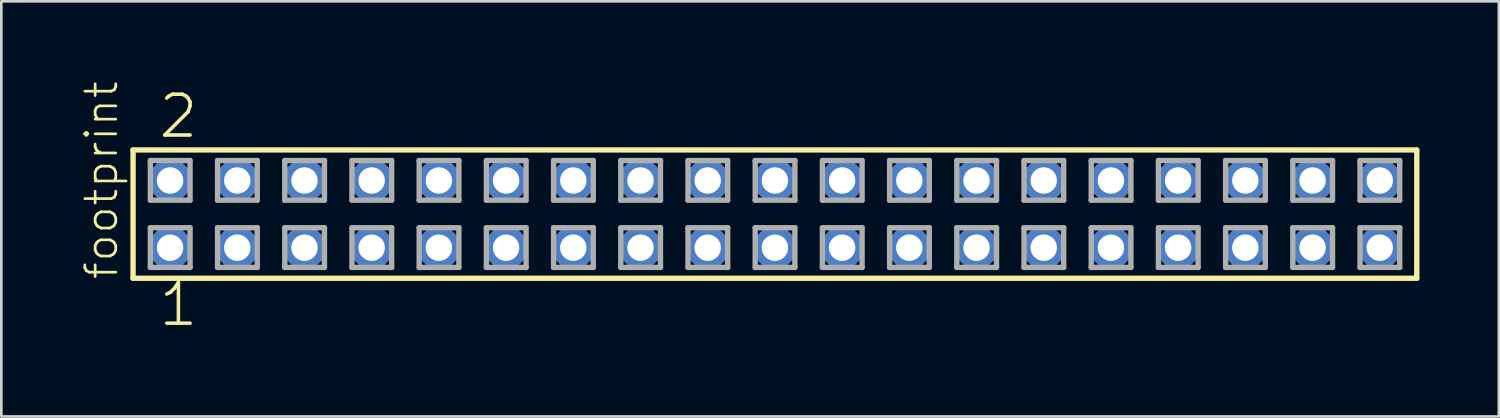
<source format=kicad_pcb>
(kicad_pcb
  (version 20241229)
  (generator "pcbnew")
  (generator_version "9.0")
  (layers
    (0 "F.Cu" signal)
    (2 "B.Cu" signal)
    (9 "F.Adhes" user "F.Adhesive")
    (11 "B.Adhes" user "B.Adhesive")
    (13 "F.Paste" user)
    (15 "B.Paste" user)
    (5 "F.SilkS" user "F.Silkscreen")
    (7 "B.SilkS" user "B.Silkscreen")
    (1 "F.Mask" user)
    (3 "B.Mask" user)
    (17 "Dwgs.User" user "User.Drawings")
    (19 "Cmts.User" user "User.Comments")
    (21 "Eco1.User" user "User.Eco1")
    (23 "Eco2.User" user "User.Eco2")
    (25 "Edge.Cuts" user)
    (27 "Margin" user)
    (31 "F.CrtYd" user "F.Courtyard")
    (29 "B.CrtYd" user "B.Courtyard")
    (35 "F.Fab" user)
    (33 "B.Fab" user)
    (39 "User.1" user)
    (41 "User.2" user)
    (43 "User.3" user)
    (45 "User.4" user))
  (footprint "footprint"
    (layer "F.Cu")
    (at 26.238 5.042)
    (property "Reference" "footprint" (at -24.765 2.54 90) (layer "F.SilkS") (effects (font (size 1.168 1.168) (thickness 0.102)) (justify left bottom)))
    (fp_line (start -24.259 -2.425) (end 24.259 -2.425) (stroke (width 0.203) (type solid)) (layer "F.SilkS"))
    (fp_line (start -24.259 2.425) (end -24.259 -2.425) (stroke (width 0.203) (type solid)) (layer "F.SilkS"))
    (fp_line (start 24.259 -2.425) (end 24.259 2.425) (stroke (width 0.203) (type solid)) (layer "F.SilkS"))
    (fp_line (start 24.259 2.425) (end -24.259 2.425) (stroke (width 0.203) (type solid)) (layer "F.SilkS"))
    (fp_line (start -23.605 -2.025) (end -22.105 -2.025) (stroke (width 0.203) (type solid)) (layer "F.Fab"))
    (fp_line (start -23.605 -0.525) (end -23.605 -2.025) (stroke (width 0.203) (type solid)) (layer "F.Fab"))
    (fp_line (start -23.605 0.515) (end -22.105 0.515) (stroke (width 0.203) (type solid)) (layer "F.Fab"))
    (fp_line (start -23.605 2.015) (end -23.605 0.515) (stroke (width 0.203) (type solid)) (layer "F.Fab"))
    (fp_line (start -22.105 -2.025) (end -22.105 -0.525) (stroke (width 0.203) (type solid)) (layer "F.Fab"))
    (fp_line (start -22.105 -0.525) (end -23.605 -0.525) (stroke (width 0.203) (type solid)) (layer "F.Fab"))
    (fp_line (start -22.105 0.515) (end -22.105 2.015) (stroke (width 0.203) (type solid)) (layer "F.Fab"))
    (fp_line (start -22.105 2.015) (end -23.605 2.015) (stroke (width 0.203) (type solid)) (layer "F.Fab"))
    (fp_line (start -21.065 -2.025) (end -19.565 -2.025) (stroke (width 0.203) (type solid)) (layer "F.Fab"))
    (fp_line (start -21.065 -0.525) (end -21.065 -2.025) (stroke (width 0.203) (type solid)) (layer "F.Fab"))
    (fp_line (start -21.065 0.515) (end -19.565 0.515) (stroke (width 0.203) (type solid)) (layer "F.Fab"))
    (fp_line (start -21.065 2.015) (end -21.065 0.515) (stroke (width 0.203) (type solid)) (layer "F.Fab"))
    (fp_line (start -19.565 -2.025) (end -19.565 -0.525) (stroke (width 0.203) (type solid)) (layer "F.Fab"))
    (fp_line (start -19.565 -0.525) (end -21.065 -0.525) (stroke (width 0.203) (type solid)) (layer "F.Fab"))
    (fp_line (start -19.565 0.515) (end -19.565 2.015) (stroke (width 0.203) (type solid)) (layer "F.Fab"))
    (fp_line (start -19.565 2.015) (end -21.065 2.015) (stroke (width 0.203) (type solid)) (layer "F.Fab"))
    (fp_line (start -18.525 -2.025) (end -17.025 -2.025) (stroke (width 0.203) (type solid)) (layer "F.Fab"))
    (fp_line (start -18.525 -0.525) (end -18.525 -2.025) (stroke (width 0.203) (type solid)) (layer "F.Fab"))
    (fp_line (start -18.525 0.515) (end -17.025 0.515) (stroke (width 0.203) (type solid)) (layer "F.Fab"))
    (fp_line (start -18.525 2.015) (end -18.525 0.515) (stroke (width 0.203) (type solid)) (layer "F.Fab"))
    (fp_line (start -17.025 -2.025) (end -17.025 -0.525) (stroke (width 0.203) (type solid)) (layer "F.Fab"))
    (fp_line (start -17.025 -0.525) (end -18.525 -0.525) (stroke (width 0.203) (type solid)) (layer "F.Fab"))
    (fp_line (start -17.025 0.515) (end -17.025 2.015) (stroke (width 0.203) (type solid)) (layer "F.Fab"))
    (fp_line (start -17.025 2.015) (end -18.525 2.015) (stroke (width 0.203) (type solid)) (layer "F.Fab"))
    (fp_line (start -15.985 -2.025) (end -14.485 -2.025) (stroke (width 0.203) (type solid)) (layer "F.Fab"))
    (fp_line (start -15.985 -0.525) (end -15.985 -2.025) (stroke (width 0.203) (type solid)) (layer "F.Fab"))
    (fp_line (start -15.985 0.515) (end -14.485 0.515) (stroke (width 0.203) (type solid)) (layer "F.Fab"))
    (fp_line (start -15.985 2.015) (end -15.985 0.515) (stroke (width 0.203) (type solid)) (layer "F.Fab"))
    (fp_line (start -14.485 -2.025) (end -14.485 -0.525) (stroke (width 0.203) (type solid)) (layer "F.Fab"))
    (fp_line (start -14.485 -0.525) (end -15.985 -0.525) (stroke (width 0.203) (type solid)) (layer "F.Fab"))
    (fp_line (start -14.485 0.515) (end -14.485 2.015) (stroke (width 0.203) (type solid)) (layer "F.Fab"))
    (fp_line (start -14.485 2.015) (end -15.985 2.015) (stroke (width 0.203) (type solid)) (layer "F.Fab"))
    (fp_line (start -13.445 -2.025) (end -11.945 -2.025) (stroke (width 0.203) (type solid)) (layer "F.Fab"))
    (fp_line (start -13.445 -0.525) (end -13.445 -2.025) (stroke (width 0.203) (type solid)) (layer "F.Fab"))
    (fp_line (start -13.445 0.515) (end -11.945 0.515) (stroke (width 0.203) (type solid)) (layer "F.Fab"))
    (fp_line (start -13.445 2.015) (end -13.445 0.515) (stroke (width 0.203) (type solid)) (layer "F.Fab"))
    (fp_line (start -11.945 -2.025) (end -11.945 -0.525) (stroke (width 0.203) (type solid)) (layer "F.Fab"))
    (fp_line (start -11.945 -0.525) (end -13.445 -0.525) (stroke (width 0.203) (type solid)) (layer "F.Fab"))
    (fp_line (start -11.945 0.515) (end -11.945 2.015) (stroke (width 0.203) (type solid)) (layer "F.Fab"))
    (fp_line (start -11.945 2.015) (end -13.445 2.015) (stroke (width 0.203) (type solid)) (layer "F.Fab"))
    (fp_line (start -10.905 -2.025) (end -9.405 -2.025) (stroke (width 0.203) (type solid)) (layer "F.Fab"))
    (fp_line (start -10.905 -0.525) (end -10.905 -2.025) (stroke (width 0.203) (type solid)) (layer "F.Fab"))
    (fp_line (start -10.905 0.515) (end -9.405 0.515) (stroke (width 0.203) (type solid)) (layer "F.Fab"))
    (fp_line (start -10.905 2.015) (end -10.905 0.515) (stroke (width 0.203) (type solid)) (layer "F.Fab"))
    (fp_line (start -9.405 -2.025) (end -9.405 -0.525) (stroke (width 0.203) (type solid)) (layer "F.Fab"))
    (fp_line (start -9.405 -0.525) (end -10.905 -0.525) (stroke (width 0.203) (type solid)) (layer "F.Fab"))
    (fp_line (start -9.405 0.515) (end -9.405 2.015) (stroke (width 0.203) (type solid)) (layer "F.Fab"))
    (fp_line (start -9.405 2.015) (end -10.905 2.015) (stroke (width 0.203) (type solid)) (layer "F.Fab"))
    (fp_line (start -8.365 -2.025) (end -6.865 -2.025) (stroke (width 0.203) (type solid)) (layer "F.Fab"))
    (fp_line (start -8.365 -0.525) (end -8.365 -2.025) (stroke (width 0.203) (type solid)) (layer "F.Fab"))
    (fp_line (start -8.365 0.515) (end -6.865 0.515) (stroke (width 0.203) (type solid)) (layer "F.Fab"))
    (fp_line (start -8.365 2.015) (end -8.365 0.515) (stroke (width 0.203) (type solid)) (layer "F.Fab"))
    (fp_line (start -6.865 -2.025) (end -6.865 -0.525) (stroke (width 0.203) (type solid)) (layer "F.Fab"))
    (fp_line (start -6.865 -0.525) (end -8.365 -0.525) (stroke (width 0.203) (type solid)) (layer "F.Fab"))
    (fp_line (start -6.865 0.515) (end -6.865 2.015) (stroke (width 0.203) (type solid)) (layer "F.Fab"))
    (fp_line (start -6.865 2.015) (end -8.365 2.015) (stroke (width 0.203) (type solid)) (layer "F.Fab"))
    (fp_line (start -5.825 -2.025) (end -4.325 -2.025) (stroke (width 0.203) (type solid)) (layer "F.Fab"))
    (fp_line (start -5.825 -0.525) (end -5.825 -2.025) (stroke (width 0.203) (type solid)) (layer "F.Fab"))
    (fp_line (start -5.825 0.515) (end -4.325 0.515) (stroke (width 0.203) (type solid)) (layer "F.Fab"))
    (fp_line (start -5.825 2.015) (end -5.825 0.515) (stroke (width 0.203) (type solid)) (layer "F.Fab"))
    (fp_line (start -4.325 -2.025) (end -4.325 -0.525) (stroke (width 0.203) (type solid)) (layer "F.Fab"))
    (fp_line (start -4.325 -0.525) (end -5.825 -0.525) (stroke (width 0.203) (type solid)) (layer "F.Fab"))
    (fp_line (start -4.325 0.515) (end -4.325 2.015) (stroke (width 0.203) (type solid)) (layer "F.Fab"))
    (fp_line (start -4.325 2.015) (end -5.825 2.015) (stroke (width 0.203) (type solid)) (layer "F.Fab"))
    (fp_line (start -3.285 -2.025) (end -1.785 -2.025) (stroke (width 0.203) (type solid)) (layer "F.Fab"))
    (fp_line (start -3.285 -0.525) (end -3.285 -2.025) (stroke (width 0.203) (type solid)) (layer "F.Fab"))
    (fp_line (start -3.285 0.515) (end -1.785 0.515) (stroke (width 0.203) (type solid)) (layer "F.Fab"))
    (fp_line (start -3.285 2.015) (end -3.285 0.515) (stroke (width 0.203) (type solid)) (layer "F.Fab"))
    (fp_line (start -1.785 -2.025) (end -1.785 -0.525) (stroke (width 0.203) (type solid)) (layer "F.Fab"))
    (fp_line (start -1.785 -0.525) (end -3.285 -0.525) (stroke (width 0.203) (type solid)) (layer "F.Fab"))
    (fp_line (start -1.785 0.515) (end -1.785 2.015) (stroke (width 0.203) (type solid)) (layer "F.Fab"))
    (fp_line (start -1.785 2.015) (end -3.285 2.015) (stroke (width 0.203) (type solid)) (layer "F.Fab"))
    (fp_line (start -0.745 -2.025) (end 0.755 -2.025) (stroke (width 0.203) (type solid)) (layer "F.Fab"))
    (fp_line (start -0.745 -0.525) (end -0.745 -2.025) (stroke (width 0.203) (type solid)) (layer "F.Fab"))
    (fp_line (start -0.745 0.515) (end 0.755 0.515) (stroke (width 0.203) (type solid)) (layer "F.Fab"))
    (fp_line (start -0.745 2.015) (end -0.745 0.515) (stroke (width 0.203) (type solid)) (layer "F.Fab"))
    (fp_line (start 0.755 -2.025) (end 0.755 -0.525) (stroke (width 0.203) (type solid)) (layer "F.Fab"))
    (fp_line (start 0.755 -0.525) (end -0.745 -0.525) (stroke (width 0.203) (type solid)) (layer "F.Fab"))
    (fp_line (start 0.755 0.515) (end 0.755 2.015) (stroke (width 0.203) (type solid)) (layer "F.Fab"))
    (fp_line (start 0.755 2.015) (end -0.745 2.015) (stroke (width 0.203) (type solid)) (layer "F.Fab"))
    (fp_line (start 1.795 -2.025) (end 3.295 -2.025) (stroke (width 0.203) (type solid)) (layer "F.Fab"))
    (fp_line (start 1.795 -0.525) (end 1.795 -2.025) (stroke (width 0.203) (type solid)) (layer "F.Fab"))
    (fp_line (start 1.795 0.515) (end 3.295 0.515) (stroke (width 0.203) (type solid)) (layer "F.Fab"))
    (fp_line (start 1.795 2.015) (end 1.795 0.515) (stroke (width 0.203) (type solid)) (layer "F.Fab"))
    (fp_line (start 3.295 -2.025) (end 3.295 -0.525) (stroke (width 0.203) (type solid)) (layer "F.Fab"))
    (fp_line (start 3.295 -0.525) (end 1.795 -0.525) (stroke (width 0.203) (type solid)) (layer "F.Fab"))
    (fp_line (start 3.295 0.515) (end 3.295 2.015) (stroke (width 0.203) (type solid)) (layer "F.Fab"))
    (fp_line (start 3.295 2.015) (end 1.795 2.015) (stroke (width 0.203) (type solid)) (layer "F.Fab"))
    (fp_line (start 4.335 -2.025) (end 5.835 -2.025) (stroke (width 0.203) (type solid)) (layer "F.Fab"))
    (fp_line (start 4.335 -0.525) (end 4.335 -2.025) (stroke (width 0.203) (type solid)) (layer "F.Fab"))
    (fp_line (start 4.335 0.515) (end 5.835 0.515) (stroke (width 0.203) (type solid)) (layer "F.Fab"))
    (fp_line (start 4.335 2.015) (end 4.335 0.515) (stroke (width 0.203) (type solid)) (layer "F.Fab"))
    (fp_line (start 5.835 -2.025) (end 5.835 -0.525) (stroke (width 0.203) (type solid)) (layer "F.Fab"))
    (fp_line (start 5.835 -0.525) (end 4.335 -0.525) (stroke (width 0.203) (type solid)) (layer "F.Fab"))
    (fp_line (start 5.835 0.515) (end 5.835 2.015) (stroke (width 0.203) (type solid)) (layer "F.Fab"))
    (fp_line (start 5.835 2.015) (end 4.335 2.015) (stroke (width 0.203) (type solid)) (layer "F.Fab"))
    (fp_line (start 6.875 -2.025) (end 8.375 -2.025) (stroke (width 0.203) (type solid)) (layer "F.Fab"))
    (fp_line (start 6.875 -0.525) (end 6.875 -2.025) (stroke (width 0.203) (type solid)) (layer "F.Fab"))
    (fp_line (start 6.875 0.515) (end 8.375 0.515) (stroke (width 0.203) (type solid)) (layer "F.Fab"))
    (fp_line (start 6.875 2.015) (end 6.875 0.515) (stroke (width 0.203) (type solid)) (layer "F.Fab"))
    (fp_line (start 8.375 -2.025) (end 8.375 -0.525) (stroke (width 0.203) (type solid)) (layer "F.Fab"))
    (fp_line (start 8.375 -0.525) (end 6.875 -0.525) (stroke (width 0.203) (type solid)) (layer "F.Fab"))
    (fp_line (start 8.375 0.515) (end 8.375 2.015) (stroke (width 0.203) (type solid)) (layer "F.Fab"))
    (fp_line (start 8.375 2.015) (end 6.875 2.015) (stroke (width 0.203) (type solid)) (layer "F.Fab"))
    (fp_line (start 9.415 -2.025) (end 10.915 -2.025) (stroke (width 0.203) (type solid)) (layer "F.Fab"))
    (fp_line (start 9.415 -0.525) (end 9.415 -2.025) (stroke (width 0.203) (type solid)) (layer "F.Fab"))
    (fp_line (start 9.415 0.515) (end 10.915 0.515) (stroke (width 0.203) (type solid)) (layer "F.Fab"))
    (fp_line (start 9.415 2.015) (end 9.415 0.515) (stroke (width 0.203) (type solid)) (layer "F.Fab"))
    (fp_line (start 10.915 -2.025) (end 10.915 -0.525) (stroke (width 0.203) (type solid)) (layer "F.Fab"))
    (fp_line (start 10.915 -0.525) (end 9.415 -0.525) (stroke (width 0.203) (type solid)) (layer "F.Fab"))
    (fp_line (start 10.915 0.515) (end 10.915 2.015) (stroke (width 0.203) (type solid)) (layer "F.Fab"))
    (fp_line (start 10.915 2.015) (end 9.415 2.015) (stroke (width 0.203) (type solid)) (layer "F.Fab"))
    (fp_line (start 11.955 -2.025) (end 13.455 -2.025) (stroke (width 0.203) (type solid)) (layer "F.Fab"))
    (fp_line (start 11.955 -0.525) (end 11.955 -2.025) (stroke (width 0.203) (type solid)) (layer "F.Fab"))
    (fp_line (start 11.955 0.515) (end 13.455 0.515) (stroke (width 0.203) (type solid)) (layer "F.Fab"))
    (fp_line (start 11.955 2.015) (end 11.955 0.515) (stroke (width 0.203) (type solid)) (layer "F.Fab"))
    (fp_line (start 13.455 -2.025) (end 13.455 -0.525) (stroke (width 0.203) (type solid)) (layer "F.Fab"))
    (fp_line (start 13.455 -0.525) (end 11.955 -0.525) (stroke (width 0.203) (type solid)) (layer "F.Fab"))
    (fp_line (start 13.455 0.515) (end 13.455 2.015) (stroke (width 0.203) (type solid)) (layer "F.Fab"))
    (fp_line (start 13.455 2.015) (end 11.955 2.015) (stroke (width 0.203) (type solid)) (layer "F.Fab"))
    (fp_line (start 14.495 -2.025) (end 15.995 -2.025) (stroke (width 0.203) (type solid)) (layer "F.Fab"))
    (fp_line (start 14.495 -0.525) (end 14.495 -2.025) (stroke (width 0.203) (type solid)) (layer "F.Fab"))
    (fp_line (start 14.495 0.515) (end 15.995 0.515) (stroke (width 0.203) (type solid)) (layer "F.Fab"))
    (fp_line (start 14.495 2.015) (end 14.495 0.515) (stroke (width 0.203) (type solid)) (layer "F.Fab"))
    (fp_line (start 15.995 -2.025) (end 15.995 -0.525) (stroke (width 0.203) (type solid)) (layer "F.Fab"))
    (fp_line (start 15.995 -0.525) (end 14.495 -0.525) (stroke (width 0.203) (type solid)) (layer "F.Fab"))
    (fp_line (start 15.995 0.515) (end 15.995 2.015) (stroke (width 0.203) (type solid)) (layer "F.Fab"))
    (fp_line (start 15.995 2.015) (end 14.495 2.015) (stroke (width 0.203) (type solid)) (layer "F.Fab"))
    (fp_line (start 17.035 -2.025) (end 18.535 -2.025) (stroke (width 0.203) (type solid)) (layer "F.Fab"))
    (fp_line (start 17.035 -0.525) (end 17.035 -2.025) (stroke (width 0.203) (type solid)) (layer "F.Fab"))
    (fp_line (start 17.035 0.515) (end 18.535 0.515) (stroke (width 0.203) (type solid)) (layer "F.Fab"))
    (fp_line (start 17.035 2.015) (end 17.035 0.515) (stroke (width 0.203) (type solid)) (layer "F.Fab"))
    (fp_line (start 18.535 -2.025) (end 18.535 -0.525) (stroke (width 0.203) (type solid)) (layer "F.Fab"))
    (fp_line (start 18.535 -0.525) (end 17.035 -0.525) (stroke (width 0.203) (type solid)) (layer "F.Fab"))
    (fp_line (start 18.535 0.515) (end 18.535 2.015) (stroke (width 0.203) (type solid)) (layer "F.Fab"))
    (fp_line (start 18.535 2.015) (end 17.035 2.015) (stroke (width 0.203) (type solid)) (layer "F.Fab"))
    (fp_line (start 19.575 -2.025) (end 21.075 -2.025) (stroke (width 0.203) (type solid)) (layer "F.Fab"))
    (fp_line (start 19.575 -0.525) (end 19.575 -2.025) (stroke (width 0.203) (type solid)) (layer "F.Fab"))
    (fp_line (start 19.575 0.515) (end 21.075 0.515) (stroke (width 0.203) (type solid)) (layer "F.Fab"))
    (fp_line (start 19.575 2.015) (end 19.575 0.515) (stroke (width 0.203) (type solid)) (layer "F.Fab"))
    (fp_line (start 21.075 -2.025) (end 21.075 -0.525) (stroke (width 0.203) (type solid)) (layer "F.Fab"))
    (fp_line (start 21.075 -0.525) (end 19.575 -0.525) (stroke (width 0.203) (type solid)) (layer "F.Fab"))
    (fp_line (start 21.075 0.515) (end 21.075 2.015) (stroke (width 0.203) (type solid)) (layer "F.Fab"))
    (fp_line (start 21.075 2.015) (end 19.575 2.015) (stroke (width 0.203) (type solid)) (layer "F.Fab"))
    (fp_line (start 22.115 -2.025) (end 23.615 -2.025) (stroke (width 0.203) (type solid)) (layer "F.Fab"))
    (fp_line (start 22.115 -0.525) (end 22.115 -2.025) (stroke (width 0.203) (type solid)) (layer "F.Fab"))
    (fp_line (start 22.115 0.515) (end 23.615 0.515) (stroke (width 0.203) (type solid)) (layer "F.Fab"))
    (fp_line (start 22.115 2.015) (end 22.115 0.515) (stroke (width 0.203) (type solid)) (layer "F.Fab"))
    (fp_line (start 23.615 -2.025) (end 23.615 -0.525) (stroke (width 0.203) (type solid)) (layer "F.Fab"))
    (fp_line (start 23.615 -0.525) (end 22.115 -0.525) (stroke (width 0.203) (type solid)) (layer "F.Fab"))
    (fp_line (start 23.615 0.515) (end 23.615 2.015) (stroke (width 0.203) (type solid)) (layer "F.Fab"))
    (fp_line (start 23.615 2.015) (end 22.115 2.015) (stroke (width 0.203) (type solid)) (layer "F.Fab"))
    (fp_text user "1" (at -23.368 4.318 0) (layer "F.SilkS") (effects (font (size 1.542 1.542) (thickness 0.134)) (justify left bottom)))
    (fp_text user "2" (at -23.368 -2.794 0) (layer "F.SilkS") (effects (font (size 1.542 1.542) (thickness 0.134)) (justify left bottom)))
    (pad "1" thru_hole roundrect (at -22.86 1.27) (size 1.5 1.5) (drill 1) (layers "*.Cu" "*.Mask") (roundrect_rratio 0.25) (chamfer_ratio 0.25) (chamfer top_left top_right bottom_left bottom_right))
    (pad "2" thru_hole roundrect (at -22.86 -1.27) (size 1.5 1.5) (drill 1) (layers "*.Cu" "*.Mask") (roundrect_rratio 0.25) (chamfer_ratio 0.25) (chamfer top_left top_right bottom_left bottom_right))
    (pad "3" thru_hole roundrect (at -20.32 1.27) (size 1.5 1.5) (drill 1) (layers "*.Cu" "*.Mask") (roundrect_rratio 0.25) (chamfer_ratio 0.25) (chamfer top_left top_right bottom_left bottom_right))
    (pad "4" thru_hole roundrect (at -20.32 -1.27) (size 1.5 1.5) (drill 1) (layers "*.Cu" "*.Mask") (roundrect_rratio 0.25) (chamfer_ratio 0.25) (chamfer top_left top_right bottom_left bottom_right))
    (pad "5" thru_hole roundrect (at -17.78 1.27) (size 1.5 1.5) (drill 1) (layers "*.Cu" "*.Mask") (roundrect_rratio 0.25) (chamfer_ratio 0.25) (chamfer top_left top_right bottom_left bottom_right))
    (pad "6" thru_hole roundrect (at -17.78 -1.27) (size 1.5 1.5) (drill 1) (layers "*.Cu" "*.Mask") (roundrect_rratio 0.25) (chamfer_ratio 0.25) (chamfer top_left top_right bottom_left bottom_right))
    (pad "7" thru_hole roundrect (at -15.24 1.27) (size 1.5 1.5) (drill 1) (layers "*.Cu" "*.Mask") (roundrect_rratio 0.25) (chamfer_ratio 0.25) (chamfer top_left top_right bottom_left bottom_right))
    (pad "8" thru_hole roundrect (at -15.24 -1.27) (size 1.5 1.5) (drill 1) (layers "*.Cu" "*.Mask") (roundrect_rratio 0.25) (chamfer_ratio 0.25) (chamfer top_left top_right bottom_left bottom_right))
    (pad "9" thru_hole roundrect (at -12.7 1.27) (size 1.5 1.5) (drill 1) (layers "*.Cu" "*.Mask") (roundrect_rratio 0.25) (chamfer_ratio 0.25) (chamfer top_left top_right bottom_left bottom_right))
    (pad "10" thru_hole roundrect (at -12.7 -1.27) (size 1.5 1.5) (drill 1) (layers "*.Cu" "*.Mask") (roundrect_rratio 0.25) (chamfer_ratio 0.25) (chamfer top_left top_right bottom_left bottom_right))
    (pad "11" thru_hole roundrect (at -10.16 1.27) (size 1.5 1.5) (drill 1) (layers "*.Cu" "*.Mask") (roundrect_rratio 0.25) (chamfer_ratio 0.25) (chamfer top_left top_right bottom_left bottom_right))
    (pad "12" thru_hole roundrect (at -10.16 -1.27) (size 1.5 1.5) (drill 1) (layers "*.Cu" "*.Mask") (roundrect_rratio 0.25) (chamfer_ratio 0.25) (chamfer top_left top_right bottom_left bottom_right))
    (pad "13" thru_hole roundrect (at -7.62 1.27) (size 1.5 1.5) (drill 1) (layers "*.Cu" "*.Mask") (roundrect_rratio 0.25) (chamfer_ratio 0.25) (chamfer top_left top_right bottom_left bottom_right))
    (pad "14" thru_hole roundrect (at -7.62 -1.27) (size 1.5 1.5) (drill 1) (layers "*.Cu" "*.Mask") (roundrect_rratio 0.25) (chamfer_ratio 0.25) (chamfer top_left top_right bottom_left bottom_right))
    (pad "15" thru_hole roundrect (at -5.08 1.27) (size 1.5 1.5) (drill 1) (layers "*.Cu" "*.Mask") (roundrect_rratio 0.25) (chamfer_ratio 0.25) (chamfer top_left top_right bottom_left bottom_right))
    (pad "16" thru_hole roundrect (at -5.08 -1.27) (size 1.5 1.5) (drill 1) (layers "*.Cu" "*.Mask") (roundrect_rratio 0.25) (chamfer_ratio 0.25) (chamfer top_left top_right bottom_left bottom_right))
    (pad "17" thru_hole roundrect (at -2.54 1.27) (size 1.5 1.5) (drill 1) (layers "*.Cu" "*.Mask") (roundrect_rratio 0.25) (chamfer_ratio 0.25) (chamfer top_left top_right bottom_left bottom_right))
    (pad "18" thru_hole roundrect (at -2.54 -1.27) (size 1.5 1.5) (drill 1) (layers "*.Cu" "*.Mask") (roundrect_rratio 0.25) (chamfer_ratio 0.25) (chamfer top_left top_right bottom_left bottom_right))
    (pad "19" thru_hole roundrect (at 0 1.27) (size 1.5 1.5) (drill 1) (layers "*.Cu" "*.Mask") (roundrect_rratio 0.25) (chamfer_ratio 0.25) (chamfer top_left top_right bottom_left bottom_right))
    (pad "20" thru_hole roundrect (at 0 -1.27) (size 1.5 1.5) (drill 1) (layers "*.Cu" "*.Mask") (roundrect_rratio 0.25) (chamfer_ratio 0.25) (chamfer top_left top_right bottom_left bottom_right))
    (pad "21" thru_hole roundrect (at 2.54 1.27) (size 1.5 1.5) (drill 1) (layers "*.Cu" "*.Mask") (roundrect_rratio 0.25) (chamfer_ratio 0.25) (chamfer top_left top_right bottom_left bottom_right))
    (pad "22" thru_hole roundrect (at 2.54 -1.27) (size 1.5 1.5) (drill 1) (layers "*.Cu" "*.Mask") (roundrect_rratio 0.25) (chamfer_ratio 0.25) (chamfer top_left top_right bottom_left bottom_right))
    (pad "23" thru_hole roundrect (at 5.08 1.27) (size 1.5 1.5) (drill 1) (layers "*.Cu" "*.Mask") (roundrect_rratio 0.25) (chamfer_ratio 0.25) (chamfer top_left top_right bottom_left bottom_right))
    (pad "24" thru_hole roundrect (at 5.08 -1.27) (size 1.5 1.5) (drill 1) (layers "*.Cu" "*.Mask") (roundrect_rratio 0.25) (chamfer_ratio 0.25) (chamfer top_left top_right bottom_left bottom_right))
    (pad "25" thru_hole roundrect (at 7.62 1.27) (size 1.5 1.5) (drill 1) (layers "*.Cu" "*.Mask") (roundrect_rratio 0.25) (chamfer_ratio 0.25) (chamfer top_left top_right bottom_left bottom_right))
    (pad "26" thru_hole roundrect (at 7.62 -1.27) (size 1.5 1.5) (drill 1) (layers "*.Cu" "*.Mask") (roundrect_rratio 0.25) (chamfer_ratio 0.25) (chamfer top_left top_right bottom_left bottom_right))
    (pad "27" thru_hole roundrect (at 10.16 1.27) (size 1.5 1.5) (drill 1) (layers "*.Cu" "*.Mask") (roundrect_rratio 0.25) (chamfer_ratio 0.25) (chamfer top_left top_right bottom_left bottom_right))
    (pad "28" thru_hole roundrect (at 10.16 -1.27) (size 1.5 1.5) (drill 1) (layers "*.Cu" "*.Mask") (roundrect_rratio 0.25) (chamfer_ratio 0.25) (chamfer top_left top_right bottom_left bottom_right))
    (pad "29" thru_hole roundrect (at 12.7 1.27) (size 1.5 1.5) (drill 1) (layers "*.Cu" "*.Mask") (roundrect_rratio 0.25) (chamfer_ratio 0.25) (chamfer top_left top_right bottom_left bottom_right))
    (pad "30" thru_hole roundrect (at 12.7 -1.27) (size 1.5 1.5) (drill 1) (layers "*.Cu" "*.Mask") (roundrect_rratio 0.25) (chamfer_ratio 0.25) (chamfer top_left top_right bottom_left bottom_right))
    (pad "31" thru_hole roundrect (at 15.24 1.27) (size 1.5 1.5) (drill 1) (layers "*.Cu" "*.Mask") (roundrect_rratio 0.25) (chamfer_ratio 0.25) (chamfer top_left top_right bottom_left bottom_right))
    (pad "32" thru_hole roundrect (at 15.24 -1.27) (size 1.5 1.5) (drill 1) (layers "*.Cu" "*.Mask") (roundrect_rratio 0.25) (chamfer_ratio 0.25) (chamfer top_left top_right bottom_left bottom_right))
    (pad "33" thru_hole roundrect (at 17.78 1.27) (size 1.5 1.5) (drill 1) (layers "*.Cu" "*.Mask") (roundrect_rratio 0.25) (chamfer_ratio 0.25) (chamfer top_left top_right bottom_left bottom_right))
    (pad "34" thru_hole roundrect (at 17.78 -1.27) (size 1.5 1.5) (drill 1) (layers "*.Cu" "*.Mask") (roundrect_rratio 0.25) (chamfer_ratio 0.25) (chamfer top_left top_right bottom_left bottom_right))
    (pad "35" thru_hole roundrect (at 20.32 1.27) (size 1.5 1.5) (drill 1) (layers "*.Cu" "*.Mask") (roundrect_rratio 0.25) (chamfer_ratio 0.25) (chamfer top_left top_right bottom_left bottom_right))
    (pad "36" thru_hole roundrect (at 20.32 -1.27) (size 1.5 1.5) (drill 1) (layers "*.Cu" "*.Mask") (roundrect_rratio 0.25) (chamfer_ratio 0.25) (chamfer top_left top_right bottom_left bottom_right))
    (pad "37" thru_hole roundrect (at 22.86 1.27) (size 1.5 1.5) (drill 1) (layers "*.Cu" "*.Mask") (roundrect_rratio 0.25) (chamfer_ratio 0.25) (chamfer top_left top_right bottom_left bottom_right))
    (pad "38" thru_hole roundrect (at 22.86 -1.27) (size 1.5 1.5) (drill 1) (layers "*.Cu" "*.Mask") (roundrect_rratio 0.25) (chamfer_ratio 0.25) (chamfer top_left top_right bottom_left bottom_right)))
  (gr_rect
    (start -3 -3)
    (end 53.599 12.691)
    (stroke (width 0.1) (type default))
    (fill no)
    (layer "Edge.Cuts")))
</source>
